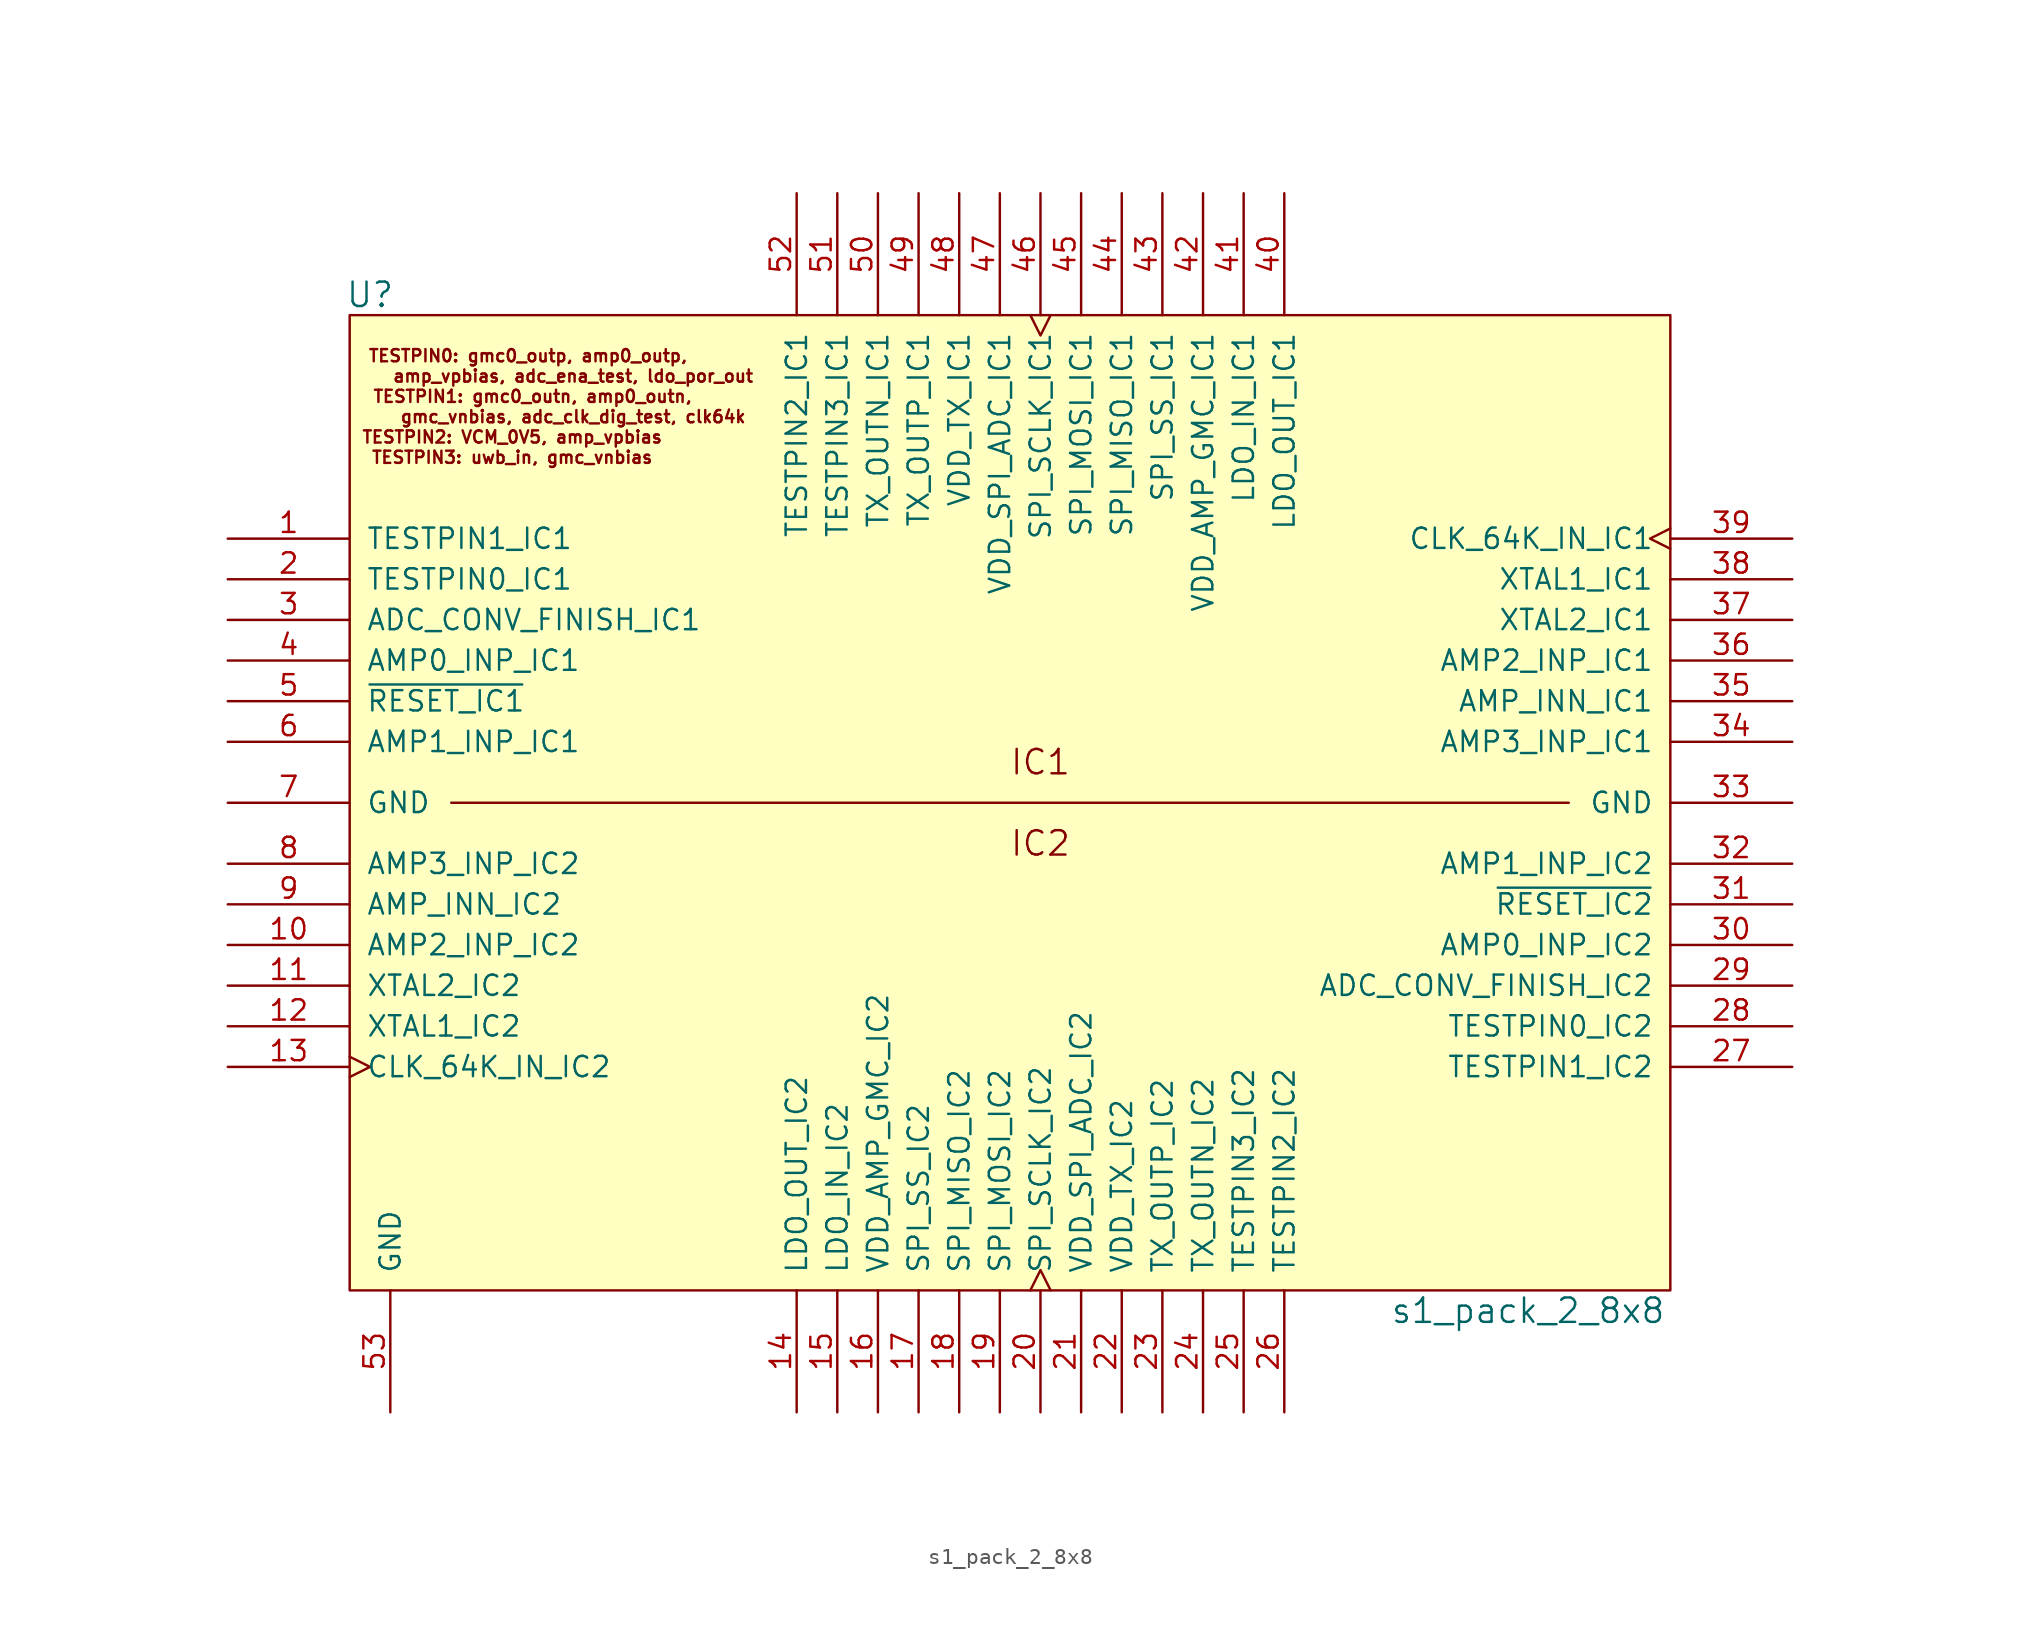
<source format=kicad_sym>
(kicad_symbol_lib
  (version 20211014)
  (generator kicad_symbol_editor)
  (symbol "s1_pack_2_8x8"
    (pin_names
      (offset 1.016))
    (property "Reference" "U"
      (at 8.89 48.26 0)
      (effects (font (size 1.524 1.524))))
    (property "Value" "s1_pack_2_8x8"
      (at 81.28 -15.24 0)
      (effects (font (size 1.524 1.524))))
    (symbol "s1_pack_2_8x8_0_0"
      (rectangle (start 7.62 46.99) (end 90.17 -13.97) (stroke (width 0) (type default) (color 0 0 0 0)) (fill (type background)))
      (text "amp_vpbias, adc_ena_test, ldo_por_out" (at 21.59 43.18 0) (effects (font (size 0.762 0.762))))
      (text "gmc_vnbias, adc_clk_dig_test, clk64k" (at 21.59 40.64 0) (effects (font (size 0.762 0.762))))
      (text "TESTPIN0: gmc0_outp, amp0_outp, " (at 19.05 44.45 0) (effects (font (size 0.762 0.762))))
      (text "TESTPIN1: gmc0_outn, amp0_outn," (at 19.05 41.91 0) (effects (font (size 0.762 0.762))))
      (text "TESTPIN2: VCM_0V5, amp_vpbias" (at 17.78 39.37 0) (effects (font (size 0.762 0.762))))
      (text "TESTPIN3: uwb_in, gmc_vnbias" (at 17.78 38.1 0) (effects (font (size 0.762 0.762))))
      (pin bidirectional line (at 45.72 54.61 270) (length 7.62) (name "VDD_TX_IC1" (effects (font (size 1.27 1.27)))) (number "48" (effects (font (size 1.27 1.27)))))
      (pin bidirectional line (at 40.64 54.61 270) (length 7.62) (name "TX_OUTN_IC1" (effects (font (size 1.27 1.27)))) (number "50" (effects (font (size 1.27 1.27))))))
    (symbol "s1_pack_2_8x8_1_0"
      (polyline (pts (xy 13.97 16.51) (xy 83.82 16.51)) (stroke (width 0) (type default) (color 0 0 0 0)) (fill (type none)))
      (text "IC1" (at 50.8 19.05 0) (effects (font (size 1.524 1.524))))
      (text "IC2" (at 50.8 13.97 0) (effects (font (size 1.524 1.524)))))
    (symbol "s1_pack_2_8x8_1_1"
      (pin bidirectional line (at 0 33.02 0) (length 7.62) (name "TESTPIN1_IC1" (effects (font (size 1.27 1.27)))) (number "1" (effects (font (size 1.27 1.27)))))
      (pin input line (at 0 7.62 0) (length 7.62) (name "AMP2_INP_IC2" (effects (font (size 1.27 1.27)))) (number "10" (effects (font (size 1.27 1.27)))))
      (pin bidirectional line (at 0 5.08 0) (length 7.62) (name "XTAL2_IC2" (effects (font (size 1.27 1.27)))) (number "11" (effects (font (size 1.27 1.27)))))
      (pin bidirectional line (at 0 2.54 0) (length 7.62) (name "XTAL1_IC2" (effects (font (size 1.27 1.27)))) (number "12" (effects (font (size 1.27 1.27)))))
      (pin input clock (at 0 0 0) (length 7.62) (name "CLK_64K_IN_IC2" (effects (font (size 1.27 1.27)))) (number "13" (effects (font (size 1.27 1.27)))))
      (pin power_out line (at 35.56 -21.59 90) (length 7.62) (name "LDO_OUT_IC2" (effects (font (size 1.27 1.27)))) (number "14" (effects (font (size 1.27 1.27)))))
      (pin bidirectional line (at 38.1 -21.59 90) (length 7.62) (name "LDO_IN_IC2" (effects (font (size 1.27 1.27)))) (number "15" (effects (font (size 1.27 1.27)))))
      (pin bidirectional line (at 40.64 -21.59 90) (length 7.62) (name "VDD_AMP_GMC_IC2" (effects (font (size 1.27 1.27)))) (number "16" (effects (font (size 1.27 1.27)))))
      (pin input line (at 43.18 -21.59 90) (length 7.62) (name "SPI_SS_IC2" (effects (font (size 1.27 1.27)))) (number "17" (effects (font (size 1.27 1.27)))))
      (pin output line (at 45.72 -21.59 90) (length 7.62) (name "SPI_MISO_IC2" (effects (font (size 1.27 1.27)))) (number "18" (effects (font (size 1.27 1.27)))))
      (pin input line (at 48.26 -21.59 90) (length 7.62) (name "SPI_MOSI_IC2" (effects (font (size 1.27 1.27)))) (number "19" (effects (font (size 1.27 1.27)))))
      (pin bidirectional line (at 0 30.48 0) (length 7.62) (name "TESTPIN0_IC1" (effects (font (size 1.27 1.27)))) (number "2" (effects (font (size 1.27 1.27)))))
      (pin input clock (at 50.8 -21.59 90) (length 7.62) (name "SPI_SCLK_IC2" (effects (font (size 1.27 1.27)))) (number "20" (effects (font (size 1.27 1.27)))))
      (pin bidirectional line (at 53.34 -21.59 90) (length 7.62) (name "VDD_SPI_ADC_IC2" (effects (font (size 1.27 1.27)))) (number "21" (effects (font (size 1.27 1.27)))))
      (pin bidirectional line (at 55.88 -21.59 90) (length 7.62) (name "VDD_TX_IC2" (effects (font (size 1.27 1.27)))) (number "22" (effects (font (size 1.27 1.27)))))
      (pin bidirectional line (at 58.42 -21.59 90) (length 7.62) (name "TX_OUTP_IC2" (effects (font (size 1.27 1.27)))) (number "23" (effects (font (size 1.27 1.27)))))
      (pin bidirectional line (at 60.96 -21.59 90) (length 7.62) (name "TX_OUTN_IC2" (effects (font (size 1.27 1.27)))) (number "24" (effects (font (size 1.27 1.27)))))
      (pin bidirectional line (at 63.5 -21.59 90) (length 7.62) (name "TESTPIN3_IC2" (effects (font (size 1.27 1.27)))) (number "25" (effects (font (size 1.27 1.27)))))
      (pin bidirectional line (at 66.04 -21.59 90) (length 7.62) (name "TESTPIN2_IC2" (effects (font (size 1.27 1.27)))) (number "26" (effects (font (size 1.27 1.27)))))
      (pin bidirectional line (at 97.79 0 180) (length 7.62) (name "TESTPIN1_IC2" (effects (font (size 1.27 1.27)))) (number "27" (effects (font (size 1.27 1.27)))))
      (pin bidirectional line (at 97.79 2.54 180) (length 7.62) (name "TESTPIN0_IC2" (effects (font (size 1.27 1.27)))) (number "28" (effects (font (size 1.27 1.27)))))
      (pin output line (at 97.79 5.08 180) (length 7.62) (name "ADC_CONV_FINISH_IC2" (effects (font (size 1.27 1.27)))) (number "29" (effects (font (size 1.27 1.27)))))
      (pin output line (at 0 27.94 0) (length 7.62) (name "ADC_CONV_FINISH_IC1" (effects (font (size 1.27 1.27)))) (number "3" (effects (font (size 1.27 1.27)))))
      (pin input line (at 97.79 7.62 180) (length 7.62) (name "AMP0_INP_IC2" (effects (font (size 1.27 1.27)))) (number "30" (effects (font (size 1.27 1.27)))))
      (pin input line (at 97.79 10.16 180) (length 7.62) (name "~{RESET_IC2}" (effects (font (size 1.27 1.27)))) (number "31" (effects (font (size 1.27 1.27)))))
      (pin input line (at 97.79 12.7 180) (length 7.62) (name "AMP1_INP_IC2" (effects (font (size 1.27 1.27)))) (number "32" (effects (font (size 1.27 1.27)))))
      (pin power_in line (at 97.79 16.51 180) (length 7.62) (name "GND" (effects (font (size 1.27 1.27)))) (number "33" (effects (font (size 1.27 1.27)))))
      (pin input line (at 97.79 20.32 180) (length 7.62) (name "AMP3_INP_IC1" (effects (font (size 1.27 1.27)))) (number "34" (effects (font (size 1.27 1.27)))))
      (pin input line (at 97.79 22.86 180) (length 7.62) (name "AMP_INN_IC1" (effects (font (size 1.27 1.27)))) (number "35" (effects (font (size 1.27 1.27)))))
      (pin input line (at 97.79 25.4 180) (length 7.62) (name "AMP2_INP_IC1" (effects (font (size 1.27 1.27)))) (number "36" (effects (font (size 1.27 1.27)))))
      (pin bidirectional line (at 97.79 27.94 180) (length 7.62) (name "XTAL2_IC1" (effects (font (size 1.27 1.27)))) (number "37" (effects (font (size 1.27 1.27)))))
      (pin bidirectional line (at 97.79 30.48 180) (length 7.62) (name "XTAL1_IC1" (effects (font (size 1.27 1.27)))) (number "38" (effects (font (size 1.27 1.27)))))
      (pin input clock (at 97.79 33.02 180) (length 7.62) (name "CLK_64K_IN_IC1" (effects (font (size 1.27 1.27)))) (number "39" (effects (font (size 1.27 1.27)))))
      (pin input line (at 0 25.4 0) (length 7.62) (name "AMP0_INP_IC1" (effects (font (size 1.27 1.27)))) (number "4" (effects (font (size 1.27 1.27)))))
      (pin power_out line (at 66.04 54.61 270) (length 7.62) (name "LDO_OUT_IC1" (effects (font (size 1.27 1.27)))) (number "40" (effects (font (size 1.27 1.27)))))
      (pin bidirectional line (at 63.5 54.61 270) (length 7.62) (name "LDO_IN_IC1" (effects (font (size 1.27 1.27)))) (number "41" (effects (font (size 1.27 1.27)))))
      (pin bidirectional line (at 60.96 54.61 270) (length 7.62) (name "VDD_AMP_GMC_IC1" (effects (font (size 1.27 1.27)))) (number "42" (effects (font (size 1.27 1.27)))))
      (pin input line (at 58.42 54.61 270) (length 7.62) (name "SPI_SS_IC1" (effects (font (size 1.27 1.27)))) (number "43" (effects (font (size 1.27 1.27)))))
      (pin output line (at 55.88 54.61 270) (length 7.62) (name "SPI_MISO_IC1" (effects (font (size 1.27 1.27)))) (number "44" (effects (font (size 1.27 1.27)))))
      (pin input line (at 53.34 54.61 270) (length 7.62) (name "SPI_MOSI_IC1" (effects (font (size 1.27 1.27)))) (number "45" (effects (font (size 1.27 1.27)))))
      (pin input clock (at 50.8 54.61 270) (length 7.62) (name "SPI_SCLK_IC1" (effects (font (size 1.27 1.27)))) (number "46" (effects (font (size 1.27 1.27)))))
      (pin bidirectional line (at 48.26 54.61 270) (length 7.62) (name "VDD_SPI_ADC_IC1" (effects (font (size 1.27 1.27)))) (number "47" (effects (font (size 1.27 1.27)))))
      (pin bidirectional line (at 43.18 54.61 270) (length 7.62) (name "TX_OUTP_IC1" (effects (font (size 1.27 1.27)))) (number "49" (effects (font (size 1.27 1.27)))))
      (pin input line (at 0 22.86 0) (length 7.62) (name "~{RESET_IC1}" (effects (font (size 1.27 1.27)))) (number "5" (effects (font (size 1.27 1.27)))))
      (pin bidirectional line (at 38.1 54.61 270) (length 7.62) (name "TESTPIN3_IC1" (effects (font (size 1.27 1.27)))) (number "51" (effects (font (size 1.27 1.27)))))
      (pin bidirectional line (at 35.56 54.61 270) (length 7.62) (name "TESTPIN2_IC1" (effects (font (size 1.27 1.27)))) (number "52" (effects (font (size 1.27 1.27)))))
      (pin power_in line (at 10.16 -21.59 90) (length 7.62) (name "GND" (effects (font (size 1.27 1.27)))) (number "53" (effects (font (size 1.27 1.27)))))
      (pin input line (at 0 20.32 0) (length 7.62) (name "AMP1_INP_IC1" (effects (font (size 1.27 1.27)))) (number "6" (effects (font (size 1.27 1.27)))))
      (pin power_in line (at 0 16.51 0) (length 7.62) (name "GND" (effects (font (size 1.27 1.27)))) (number "7" (effects (font (size 1.27 1.27)))))
      (pin input line (at 0 12.7 0) (length 7.62) (name "AMP3_INP_IC2" (effects (font (size 1.27 1.27)))) (number "8" (effects (font (size 1.27 1.27)))))
      (pin input line (at 0 10.16 0) (length 7.62) (name "AMP_INN_IC2" (effects (font (size 1.27 1.27)))) (number "9" (effects (font (size 1.27 1.27))))))))
</source>
